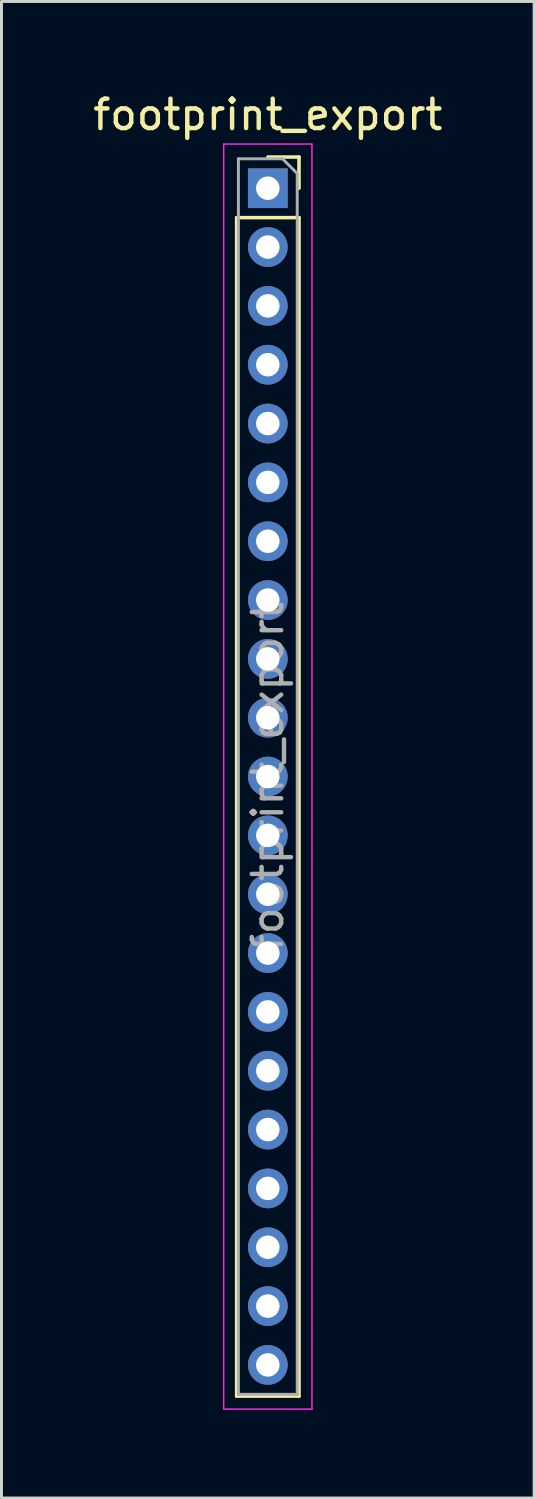
<source format=kicad_pcb>
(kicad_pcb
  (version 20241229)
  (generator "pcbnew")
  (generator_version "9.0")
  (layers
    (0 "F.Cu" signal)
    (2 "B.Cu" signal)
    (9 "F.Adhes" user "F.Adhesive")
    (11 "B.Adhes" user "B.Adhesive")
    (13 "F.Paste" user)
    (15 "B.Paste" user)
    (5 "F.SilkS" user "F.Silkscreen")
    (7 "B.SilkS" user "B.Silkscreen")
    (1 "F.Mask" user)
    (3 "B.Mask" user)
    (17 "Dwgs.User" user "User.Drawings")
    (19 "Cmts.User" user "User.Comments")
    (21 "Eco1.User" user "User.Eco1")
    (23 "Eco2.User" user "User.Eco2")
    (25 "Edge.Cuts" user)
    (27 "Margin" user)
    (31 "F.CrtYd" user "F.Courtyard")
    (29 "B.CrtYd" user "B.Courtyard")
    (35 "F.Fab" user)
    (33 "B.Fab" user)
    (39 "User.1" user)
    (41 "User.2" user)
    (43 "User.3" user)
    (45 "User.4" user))
  (footprint "footprint_export"
    (layer "F.Cu")
    (at 6.054 3.348)
    (property "Reference" "footprint_export" (at 0 -2.5 0) (layer "F.SilkS") (effects (font (size 1 1) (thickness 0.15))))
    (attr through_hole)
    (fp_line (start -1.06 1) (end -1.06 41.06) (stroke (width 0.12) (type solid)) (layer "F.SilkS"))
    (fp_line (start -1.06 1) (end 1.06 1) (stroke (width 0.12) (type solid)) (layer "F.SilkS"))
    (fp_line (start -1.06 41.06) (end 1.06 41.06) (stroke (width 0.12) (type solid)) (layer "F.SilkS"))
    (fp_line (start 0 -1.06) (end 1.06 -1.06) (stroke (width 0.12) (type solid)) (layer "F.SilkS"))
    (fp_line (start 1.06 -1.06) (end 1.06 0) (stroke (width 0.12) (type solid)) (layer "F.SilkS"))
    (fp_line (start 1.06 1) (end 1.06 41.06) (stroke (width 0.12) (type solid)) (layer "F.SilkS"))
    (fp_line (start -1.5 -1.5) (end 1.5 -1.5) (stroke (width 0.05) (type solid)) (layer "F.CrtYd"))
    (fp_line (start -1.5 41.5) (end -1.5 -1.5) (stroke (width 0.05) (type solid)) (layer "F.CrtYd"))
    (fp_line (start 1.5 -1.5) (end 1.5 41.5) (stroke (width 0.05) (type solid)) (layer "F.CrtYd"))
    (fp_line (start 1.5 41.5) (end -1.5 41.5) (stroke (width 0.05) (type solid)) (layer "F.CrtYd"))
    (fp_line (start -1 -1) (end 0.5 -1) (stroke (width 0.1) (type solid)) (layer "F.Fab"))
    (fp_line (start -1 41) (end -1 -1) (stroke (width 0.1) (type solid)) (layer "F.Fab"))
    (fp_line (start 0.5 -1) (end 1 -0.5) (stroke (width 0.1) (type solid)) (layer "F.Fab"))
    (fp_line (start 1 -0.5) (end 1 41) (stroke (width 0.1) (type solid)) (layer "F.Fab"))
    (fp_line (start 1 41) (end -1 41) (stroke (width 0.1) (type solid)) (layer "F.Fab"))
    (fp_text user "${REFERENCE}" (at 0 20 90) (layer "F.Fab") (effects (font (size 1 1) (thickness 0.15))))
    (pad "1" thru_hole rect (at 0 0) (size 1.35 1.35) (drill 0.8) (layers "*.Cu" "*.Mask"))
    (pad "2" thru_hole oval (at 0 2) (size 1.35 1.35) (drill 0.8) (layers "*.Cu" "*.Mask"))
    (pad "3" thru_hole oval (at 0 4) (size 1.35 1.35) (drill 0.8) (layers "*.Cu" "*.Mask"))
    (pad "4" thru_hole oval (at 0 6) (size 1.35 1.35) (drill 0.8) (layers "*.Cu" "*.Mask"))
    (pad "5" thru_hole oval (at 0 8) (size 1.35 1.35) (drill 0.8) (layers "*.Cu" "*.Mask"))
    (pad "6" thru_hole oval (at 0 10) (size 1.35 1.35) (drill 0.8) (layers "*.Cu" "*.Mask"))
    (pad "7" thru_hole oval (at 0 12) (size 1.35 1.35) (drill 0.8) (layers "*.Cu" "*.Mask"))
    (pad "8" thru_hole oval (at 0 14) (size 1.35 1.35) (drill 0.8) (layers "*.Cu" "*.Mask"))
    (pad "9" thru_hole oval (at 0 16) (size 1.35 1.35) (drill 0.8) (layers "*.Cu" "*.Mask"))
    (pad "10" thru_hole oval (at 0 18) (size 1.35 1.35) (drill 0.8) (layers "*.Cu" "*.Mask"))
    (pad "11" thru_hole oval (at 0 20) (size 1.35 1.35) (drill 0.8) (layers "*.Cu" "*.Mask"))
    (pad "12" thru_hole oval (at 0 22) (size 1.35 1.35) (drill 0.8) (layers "*.Cu" "*.Mask"))
    (pad "13" thru_hole oval (at 0 24) (size 1.35 1.35) (drill 0.8) (layers "*.Cu" "*.Mask"))
    (pad "14" thru_hole oval (at 0 26) (size 1.35 1.35) (drill 0.8) (layers "*.Cu" "*.Mask"))
    (pad "15" thru_hole oval (at 0 28) (size 1.35 1.35) (drill 0.8) (layers "*.Cu" "*.Mask"))
    (pad "16" thru_hole oval (at 0 30) (size 1.35 1.35) (drill 0.8) (layers "*.Cu" "*.Mask"))
    (pad "17" thru_hole oval (at 0 32) (size 1.35 1.35) (drill 0.8) (layers "*.Cu" "*.Mask"))
    (pad "18" thru_hole oval (at 0 34) (size 1.35 1.35) (drill 0.8) (layers "*.Cu" "*.Mask"))
    (pad "19" thru_hole oval (at 0 36) (size 1.35 1.35) (drill 0.8) (layers "*.Cu" "*.Mask"))
    (pad "20" thru_hole oval (at 0 38) (size 1.35 1.35) (drill 0.8) (layers "*.Cu" "*.Mask"))
    (pad "21" thru_hole oval (at 0 40) (size 1.35 1.35) (drill 0.8) (layers "*.Cu" "*.Mask")))
  (gr_rect
    (start -3 -3)
    (end 15.107 47.873)
    (stroke (width 0.1) (type default))
    (fill no)
    (layer "Edge.Cuts")))
</source>
